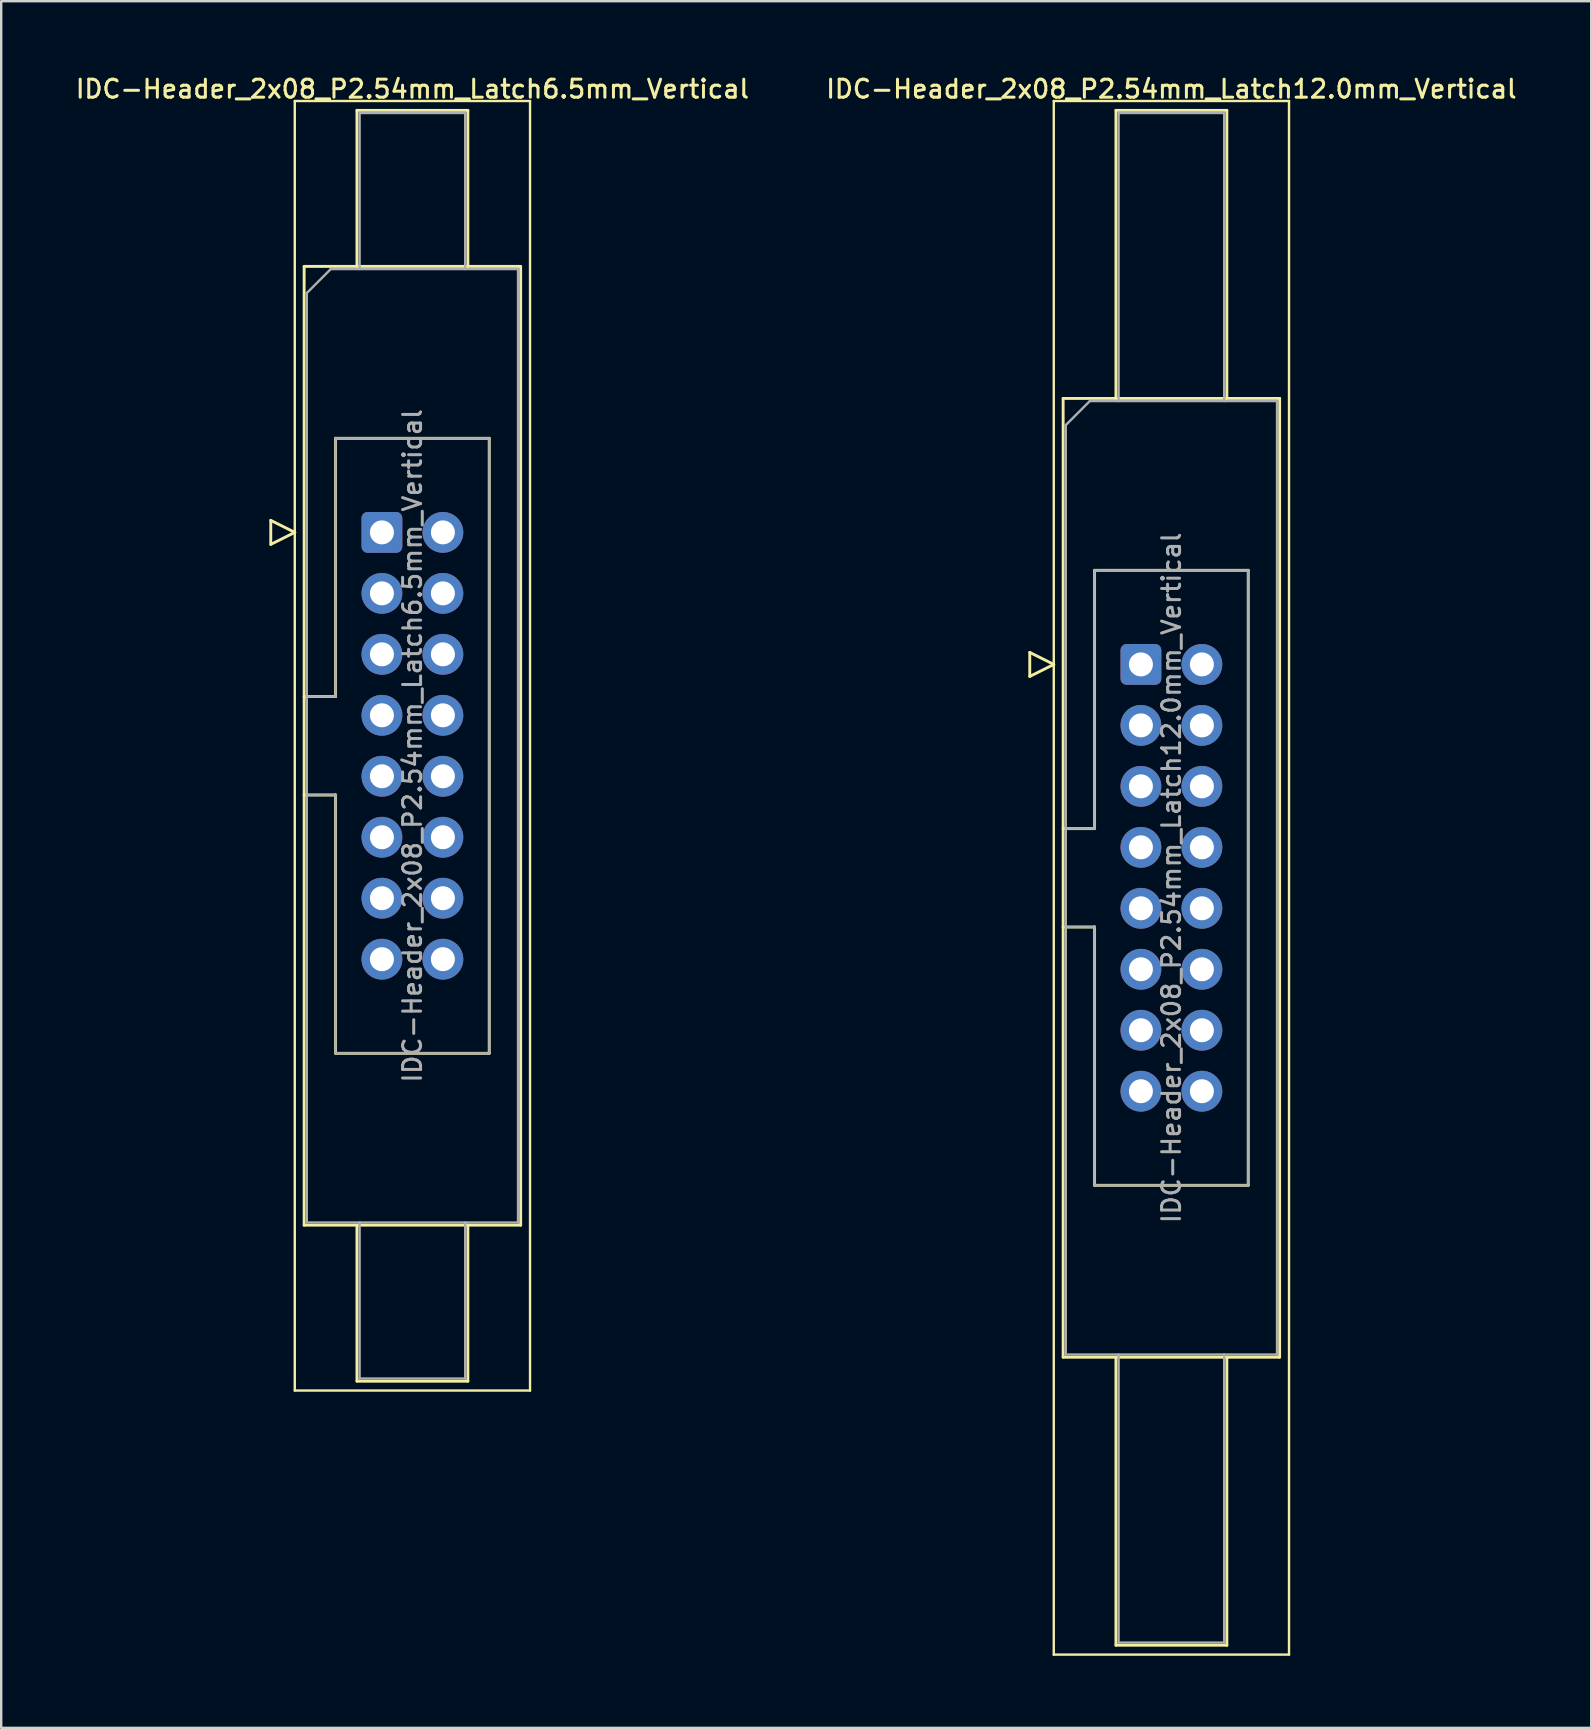
<source format=kicad_pcb>
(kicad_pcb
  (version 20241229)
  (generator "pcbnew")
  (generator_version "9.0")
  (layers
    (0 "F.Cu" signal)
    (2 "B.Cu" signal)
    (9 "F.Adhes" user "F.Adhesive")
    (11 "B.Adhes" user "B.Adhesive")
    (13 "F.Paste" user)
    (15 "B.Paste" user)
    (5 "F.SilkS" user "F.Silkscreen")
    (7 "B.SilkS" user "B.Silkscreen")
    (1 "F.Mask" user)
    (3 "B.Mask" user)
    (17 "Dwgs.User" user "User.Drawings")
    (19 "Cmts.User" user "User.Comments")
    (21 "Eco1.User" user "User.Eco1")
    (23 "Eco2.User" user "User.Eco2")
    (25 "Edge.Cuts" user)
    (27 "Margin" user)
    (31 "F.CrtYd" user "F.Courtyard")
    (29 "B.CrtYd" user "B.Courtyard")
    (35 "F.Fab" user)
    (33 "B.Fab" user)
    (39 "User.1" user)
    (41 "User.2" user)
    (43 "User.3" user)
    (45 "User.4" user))
  (footprint "IDC-Header_2x08_P2.54mm_Latch6.5mm_Vertical"
    (layer "F.Cu")
    (at 12.86 19.128)
    (property "Reference" "IDC-Header_2x08_P2.54mm_Latch6.5mm_Vertical" (at 1.27 -18.47 0) (layer "F.SilkS") (effects (font (size 0.75 0.75) (thickness 0.125))))
    (attr through_hole)
    (fp_line (start -4.63 -0.5) (end -4.63 0.5) (stroke (width 0.12) (type solid)) (layer "F.SilkS"))
    (fp_line (start -4.63 0.5) (end -3.63 0) (stroke (width 0.12) (type solid)) (layer "F.SilkS"))
    (fp_line (start -3.63 -17.97) (end -3.63 35.75) (stroke (width 0.1) (type solid)) (layer "F.SilkS"))
    (fp_line (start -3.63 0) (end -4.63 -0.5) (stroke (width 0.12) (type solid)) (layer "F.SilkS"))
    (fp_line (start -3.63 35.75) (end 6.17 35.75) (stroke (width 0.1) (type solid)) (layer "F.SilkS"))
    (fp_line (start -3.24 -11.08) (end 5.78 -11.08) (stroke (width 0.12) (type solid)) (layer "F.SilkS"))
    (fp_line (start -3.24 6.84) (end -1.93 6.84) (stroke (width 0.12) (type solid)) (layer "F.SilkS"))
    (fp_line (start -3.24 28.86) (end -3.24 -11.08) (stroke (width 0.12) (type solid)) (layer "F.SilkS"))
    (fp_line (start -1.93 -3.92) (end 4.47 -3.92) (stroke (width 0.12) (type solid)) (layer "F.SilkS"))
    (fp_line (start -1.93 6.84) (end -1.93 -3.92) (stroke (width 0.12) (type solid)) (layer "F.SilkS"))
    (fp_line (start -1.93 10.94) (end -3.24 10.94) (stroke (width 0.12) (type solid)) (layer "F.SilkS"))
    (fp_line (start -1.93 10.94) (end -1.93 10.94) (stroke (width 0.12) (type solid)) (layer "F.SilkS"))
    (fp_line (start -1.93 21.7) (end -1.93 10.94) (stroke (width 0.12) (type solid)) (layer "F.SilkS"))
    (fp_line (start -1.04 -17.58) (end 3.58 -17.58) (stroke (width 0.12) (type solid)) (layer "F.SilkS"))
    (fp_line (start -1.04 -11.08) (end -1.04 -17.58) (stroke (width 0.12) (type solid)) (layer "F.SilkS"))
    (fp_line (start -1.04 28.86) (end -1.04 35.36) (stroke (width 0.12) (type solid)) (layer "F.SilkS"))
    (fp_line (start -1.04 35.36) (end 3.58 35.36) (stroke (width 0.12) (type solid)) (layer "F.SilkS"))
    (fp_line (start 3.58 -17.58) (end 3.58 -11.08) (stroke (width 0.12) (type solid)) (layer "F.SilkS"))
    (fp_line (start 3.58 35.36) (end 3.58 28.86) (stroke (width 0.12) (type solid)) (layer "F.SilkS"))
    (fp_line (start 4.47 -3.92) (end 4.47 21.7) (stroke (width 0.12) (type solid)) (layer "F.SilkS"))
    (fp_line (start 4.47 21.7) (end -1.93 21.7) (stroke (width 0.12) (type solid)) (layer "F.SilkS"))
    (fp_line (start 5.78 -11.08) (end 5.78 28.86) (stroke (width 0.12) (type solid)) (layer "F.SilkS"))
    (fp_line (start 5.78 28.86) (end -3.24 28.86) (stroke (width 0.12) (type solid)) (layer "F.SilkS"))
    (fp_line (start 6.17 -17.97) (end -3.63 -17.97) (stroke (width 0.1) (type solid)) (layer "F.SilkS"))
    (fp_line (start 6.17 35.75) (end 6.17 -17.97) (stroke (width 0.1) (type solid)) (layer "F.SilkS"))
    (fp_line (start -3.13 -9.97) (end -2.13 -10.97) (stroke (width 0.1) (type solid)) (layer "F.Fab"))
    (fp_line (start -3.13 6.84) (end -1.93 6.84) (stroke (width 0.1) (type solid)) (layer "F.Fab"))
    (fp_line (start -3.13 28.75) (end -3.13 -9.97) (stroke (width 0.1) (type solid)) (layer "F.Fab"))
    (fp_line (start -2.13 -10.97) (end 5.67 -10.97) (stroke (width 0.1) (type solid)) (layer "F.Fab"))
    (fp_line (start -1.93 -3.92) (end 4.47 -3.92) (stroke (width 0.1) (type solid)) (layer "F.Fab"))
    (fp_line (start -1.93 6.84) (end -1.93 -3.92) (stroke (width 0.1) (type solid)) (layer "F.Fab"))
    (fp_line (start -1.93 10.94) (end -3.13 10.94) (stroke (width 0.1) (type solid)) (layer "F.Fab"))
    (fp_line (start -1.93 10.94) (end -1.93 10.94) (stroke (width 0.1) (type solid)) (layer "F.Fab"))
    (fp_line (start -1.93 21.7) (end -1.93 10.94) (stroke (width 0.1) (type solid)) (layer "F.Fab"))
    (fp_line (start -0.93 -17.47) (end 3.47 -17.47) (stroke (width 0.1) (type solid)) (layer "F.Fab"))
    (fp_line (start -0.93 -10.97) (end -0.93 -17.47) (stroke (width 0.1) (type solid)) (layer "F.Fab"))
    (fp_line (start -0.93 28.75) (end -0.93 35.25) (stroke (width 0.1) (type solid)) (layer "F.Fab"))
    (fp_line (start -0.93 35.25) (end 3.47 35.25) (stroke (width 0.1) (type solid)) (layer "F.Fab"))
    (fp_line (start 3.47 -17.47) (end 3.47 -10.97) (stroke (width 0.1) (type solid)) (layer "F.Fab"))
    (fp_line (start 3.47 35.25) (end 3.47 28.75) (stroke (width 0.1) (type solid)) (layer "F.Fab"))
    (fp_line (start 4.47 -3.92) (end 4.47 21.7) (stroke (width 0.1) (type solid)) (layer "F.Fab"))
    (fp_line (start 4.47 21.7) (end -1.93 21.7) (stroke (width 0.1) (type solid)) (layer "F.Fab"))
    (fp_line (start 5.67 -10.97) (end 5.67 28.75) (stroke (width 0.1) (type solid)) (layer "F.Fab"))
    (fp_line (start 5.67 28.75) (end -3.13 28.75) (stroke (width 0.1) (type solid)) (layer "F.Fab"))
    (fp_text user "${REFERENCE}" (at 1.27 8.89 90) (layer "F.Fab") (effects (font (size 0.75 0.75) (thickness 0.125))))
    (pad "1" thru_hole roundrect (at 0 0) (size 1.7 1.7) (drill 1) (layers "*.Cu" "*.Mask") (roundrect_rratio 0.147))
    (pad "2" thru_hole circle (at 2.54 0) (size 1.7 1.7) (drill 1) (layers "*.Cu" "*.Mask"))
    (pad "3" thru_hole circle (at 0 2.54) (size 1.7 1.7) (drill 1) (layers "*.Cu" "*.Mask"))
    (pad "4" thru_hole circle (at 2.54 2.54) (size 1.7 1.7) (drill 1) (layers "*.Cu" "*.Mask"))
    (pad "5" thru_hole circle (at 0 5.08) (size 1.7 1.7) (drill 1) (layers "*.Cu" "*.Mask"))
    (pad "6" thru_hole circle (at 2.54 5.08) (size 1.7 1.7) (drill 1) (layers "*.Cu" "*.Mask"))
    (pad "7" thru_hole circle (at 0 7.62) (size 1.7 1.7) (drill 1) (layers "*.Cu" "*.Mask"))
    (pad "8" thru_hole circle (at 2.54 7.62) (size 1.7 1.7) (drill 1) (layers "*.Cu" "*.Mask"))
    (pad "9" thru_hole circle (at 0 10.16) (size 1.7 1.7) (drill 1) (layers "*.Cu" "*.Mask"))
    (pad "10" thru_hole circle (at 2.54 10.16) (size 1.7 1.7) (drill 1) (layers "*.Cu" "*.Mask"))
    (pad "11" thru_hole circle (at 0 12.7) (size 1.7 1.7) (drill 1) (layers "*.Cu" "*.Mask"))
    (pad "12" thru_hole circle (at 2.54 12.7) (size 1.7 1.7) (drill 1) (layers "*.Cu" "*.Mask"))
    (pad "13" thru_hole circle (at 0 15.24) (size 1.7 1.7) (drill 1) (layers "*.Cu" "*.Mask"))
    (pad "14" thru_hole circle (at 2.54 15.24) (size 1.7 1.7) (drill 1) (layers "*.Cu" "*.Mask"))
    (pad "15" thru_hole circle (at 0 17.78) (size 1.7 1.7) (drill 1) (layers "*.Cu" "*.Mask"))
    (pad "16" thru_hole circle (at 2.54 17.78) (size 1.7 1.7) (drill 1) (layers "*.Cu" "*.Mask")))
  (footprint "IDC-Header_2x08_P2.54mm_Latch12.0mm_Vertical"
    (layer "F.Cu")
    (at 44.478 24.628)
    (property "Reference" "IDC-Header_2x08_P2.54mm_Latch12.0mm_Vertical" (at 1.27 -23.97 0) (layer "F.SilkS") (effects (font (size 0.75 0.75) (thickness 0.125))))
    (attr through_hole)
    (fp_line (start -4.63 -0.5) (end -4.63 0.5) (stroke (width 0.12) (type solid)) (layer "F.SilkS"))
    (fp_line (start -4.63 0.5) (end -3.63 0) (stroke (width 0.12) (type solid)) (layer "F.SilkS"))
    (fp_line (start -3.63 -23.47) (end -3.63 41.25) (stroke (width 0.1) (type solid)) (layer "F.SilkS"))
    (fp_line (start -3.63 0) (end -4.63 -0.5) (stroke (width 0.12) (type solid)) (layer "F.SilkS"))
    (fp_line (start -3.63 41.25) (end 6.17 41.25) (stroke (width 0.1) (type solid)) (layer "F.SilkS"))
    (fp_line (start -3.24 -11.08) (end 5.78 -11.08) (stroke (width 0.12) (type solid)) (layer "F.SilkS"))
    (fp_line (start -3.24 6.84) (end -1.93 6.84) (stroke (width 0.12) (type solid)) (layer "F.SilkS"))
    (fp_line (start -3.24 28.86) (end -3.24 -11.08) (stroke (width 0.12) (type solid)) (layer "F.SilkS"))
    (fp_line (start -1.93 -3.92) (end 4.47 -3.92) (stroke (width 0.12) (type solid)) (layer "F.SilkS"))
    (fp_line (start -1.93 6.84) (end -1.93 -3.92) (stroke (width 0.12) (type solid)) (layer "F.SilkS"))
    (fp_line (start -1.93 10.94) (end -3.24 10.94) (stroke (width 0.12) (type solid)) (layer "F.SilkS"))
    (fp_line (start -1.93 10.94) (end -1.93 10.94) (stroke (width 0.12) (type solid)) (layer "F.SilkS"))
    (fp_line (start -1.93 21.7) (end -1.93 10.94) (stroke (width 0.12) (type solid)) (layer "F.SilkS"))
    (fp_line (start -1.04 -23.08) (end 3.58 -23.08) (stroke (width 0.12) (type solid)) (layer "F.SilkS"))
    (fp_line (start -1.04 -11.08) (end -1.04 -23.08) (stroke (width 0.12) (type solid)) (layer "F.SilkS"))
    (fp_line (start -1.04 28.86) (end -1.04 40.86) (stroke (width 0.12) (type solid)) (layer "F.SilkS"))
    (fp_line (start -1.04 40.86) (end 3.58 40.86) (stroke (width 0.12) (type solid)) (layer "F.SilkS"))
    (fp_line (start 3.58 -23.08) (end 3.58 -11.08) (stroke (width 0.12) (type solid)) (layer "F.SilkS"))
    (fp_line (start 3.58 40.86) (end 3.58 28.86) (stroke (width 0.12) (type solid)) (layer "F.SilkS"))
    (fp_line (start 4.47 -3.92) (end 4.47 21.7) (stroke (width 0.12) (type solid)) (layer "F.SilkS"))
    (fp_line (start 4.47 21.7) (end -1.93 21.7) (stroke (width 0.12) (type solid)) (layer "F.SilkS"))
    (fp_line (start 5.78 -11.08) (end 5.78 28.86) (stroke (width 0.12) (type solid)) (layer "F.SilkS"))
    (fp_line (start 5.78 28.86) (end -3.24 28.86) (stroke (width 0.12) (type solid)) (layer "F.SilkS"))
    (fp_line (start 6.17 -23.47) (end -3.63 -23.47) (stroke (width 0.1) (type solid)) (layer "F.SilkS"))
    (fp_line (start 6.17 41.25) (end 6.17 -23.47) (stroke (width 0.1) (type solid)) (layer "F.SilkS"))
    (fp_line (start -3.13 -9.97) (end -2.13 -10.97) (stroke (width 0.1) (type solid)) (layer "F.Fab"))
    (fp_line (start -3.13 6.84) (end -1.93 6.84) (stroke (width 0.1) (type solid)) (layer "F.Fab"))
    (fp_line (start -3.13 28.75) (end -3.13 -9.97) (stroke (width 0.1) (type solid)) (layer "F.Fab"))
    (fp_line (start -2.13 -10.97) (end 5.67 -10.97) (stroke (width 0.1) (type solid)) (layer "F.Fab"))
    (fp_line (start -1.93 -3.92) (end 4.47 -3.92) (stroke (width 0.1) (type solid)) (layer "F.Fab"))
    (fp_line (start -1.93 6.84) (end -1.93 -3.92) (stroke (width 0.1) (type solid)) (layer "F.Fab"))
    (fp_line (start -1.93 10.94) (end -3.13 10.94) (stroke (width 0.1) (type solid)) (layer "F.Fab"))
    (fp_line (start -1.93 10.94) (end -1.93 10.94) (stroke (width 0.1) (type solid)) (layer "F.Fab"))
    (fp_line (start -1.93 21.7) (end -1.93 10.94) (stroke (width 0.1) (type solid)) (layer "F.Fab"))
    (fp_line (start -0.93 -22.97) (end 3.47 -22.97) (stroke (width 0.1) (type solid)) (layer "F.Fab"))
    (fp_line (start -0.93 -10.97) (end -0.93 -22.97) (stroke (width 0.1) (type solid)) (layer "F.Fab"))
    (fp_line (start -0.93 28.75) (end -0.93 40.75) (stroke (width 0.1) (type solid)) (layer "F.Fab"))
    (fp_line (start -0.93 40.75) (end 3.47 40.75) (stroke (width 0.1) (type solid)) (layer "F.Fab"))
    (fp_line (start 3.47 -22.97) (end 3.47 -10.97) (stroke (width 0.1) (type solid)) (layer "F.Fab"))
    (fp_line (start 3.47 40.75) (end 3.47 28.75) (stroke (width 0.1) (type solid)) (layer "F.Fab"))
    (fp_line (start 4.47 -3.92) (end 4.47 21.7) (stroke (width 0.1) (type solid)) (layer "F.Fab"))
    (fp_line (start 4.47 21.7) (end -1.93 21.7) (stroke (width 0.1) (type solid)) (layer "F.Fab"))
    (fp_line (start 5.67 -10.97) (end 5.67 28.75) (stroke (width 0.1) (type solid)) (layer "F.Fab"))
    (fp_line (start 5.67 28.75) (end -3.13 28.75) (stroke (width 0.1) (type solid)) (layer "F.Fab"))
    (fp_text user "${REFERENCE}" (at 1.27 8.89 90) (layer "F.Fab") (effects (font (size 0.75 0.75) (thickness 0.125))))
    (pad "1" thru_hole roundrect (at 0 0) (size 1.7 1.7) (drill 1) (layers "*.Cu" "*.Mask") (roundrect_rratio 0.147))
    (pad "2" thru_hole circle (at 2.54 0) (size 1.7 1.7) (drill 1) (layers "*.Cu" "*.Mask"))
    (pad "3" thru_hole circle (at 0 2.54) (size 1.7 1.7) (drill 1) (layers "*.Cu" "*.Mask"))
    (pad "4" thru_hole circle (at 2.54 2.54) (size 1.7 1.7) (drill 1) (layers "*.Cu" "*.Mask"))
    (pad "5" thru_hole circle (at 0 5.08) (size 1.7 1.7) (drill 1) (layers "*.Cu" "*.Mask"))
    (pad "6" thru_hole circle (at 2.54 5.08) (size 1.7 1.7) (drill 1) (layers "*.Cu" "*.Mask"))
    (pad "7" thru_hole circle (at 0 7.62) (size 1.7 1.7) (drill 1) (layers "*.Cu" "*.Mask"))
    (pad "8" thru_hole circle (at 2.54 7.62) (size 1.7 1.7) (drill 1) (layers "*.Cu" "*.Mask"))
    (pad "9" thru_hole circle (at 0 10.16) (size 1.7 1.7) (drill 1) (layers "*.Cu" "*.Mask"))
    (pad "10" thru_hole circle (at 2.54 10.16) (size 1.7 1.7) (drill 1) (layers "*.Cu" "*.Mask"))
    (pad "11" thru_hole circle (at 0 12.7) (size 1.7 1.7) (drill 1) (layers "*.Cu" "*.Mask"))
    (pad "12" thru_hole circle (at 2.54 12.7) (size 1.7 1.7) (drill 1) (layers "*.Cu" "*.Mask"))
    (pad "13" thru_hole circle (at 0 15.24) (size 1.7 1.7) (drill 1) (layers "*.Cu" "*.Mask"))
    (pad "14" thru_hole circle (at 2.54 15.24) (size 1.7 1.7) (drill 1) (layers "*.Cu" "*.Mask"))
    (pad "15" thru_hole circle (at 0 17.78) (size 1.7 1.7) (drill 1) (layers "*.Cu" "*.Mask"))
    (pad "16" thru_hole circle (at 2.54 17.78) (size 1.7 1.7) (drill 1) (layers "*.Cu" "*.Mask")))
  (gr_rect
    (start -3 -3)
    (end 63.236 68.928)
    (stroke (width 0.1) (type default))
    (fill no)
    (layer "Edge.Cuts")))
</source>
